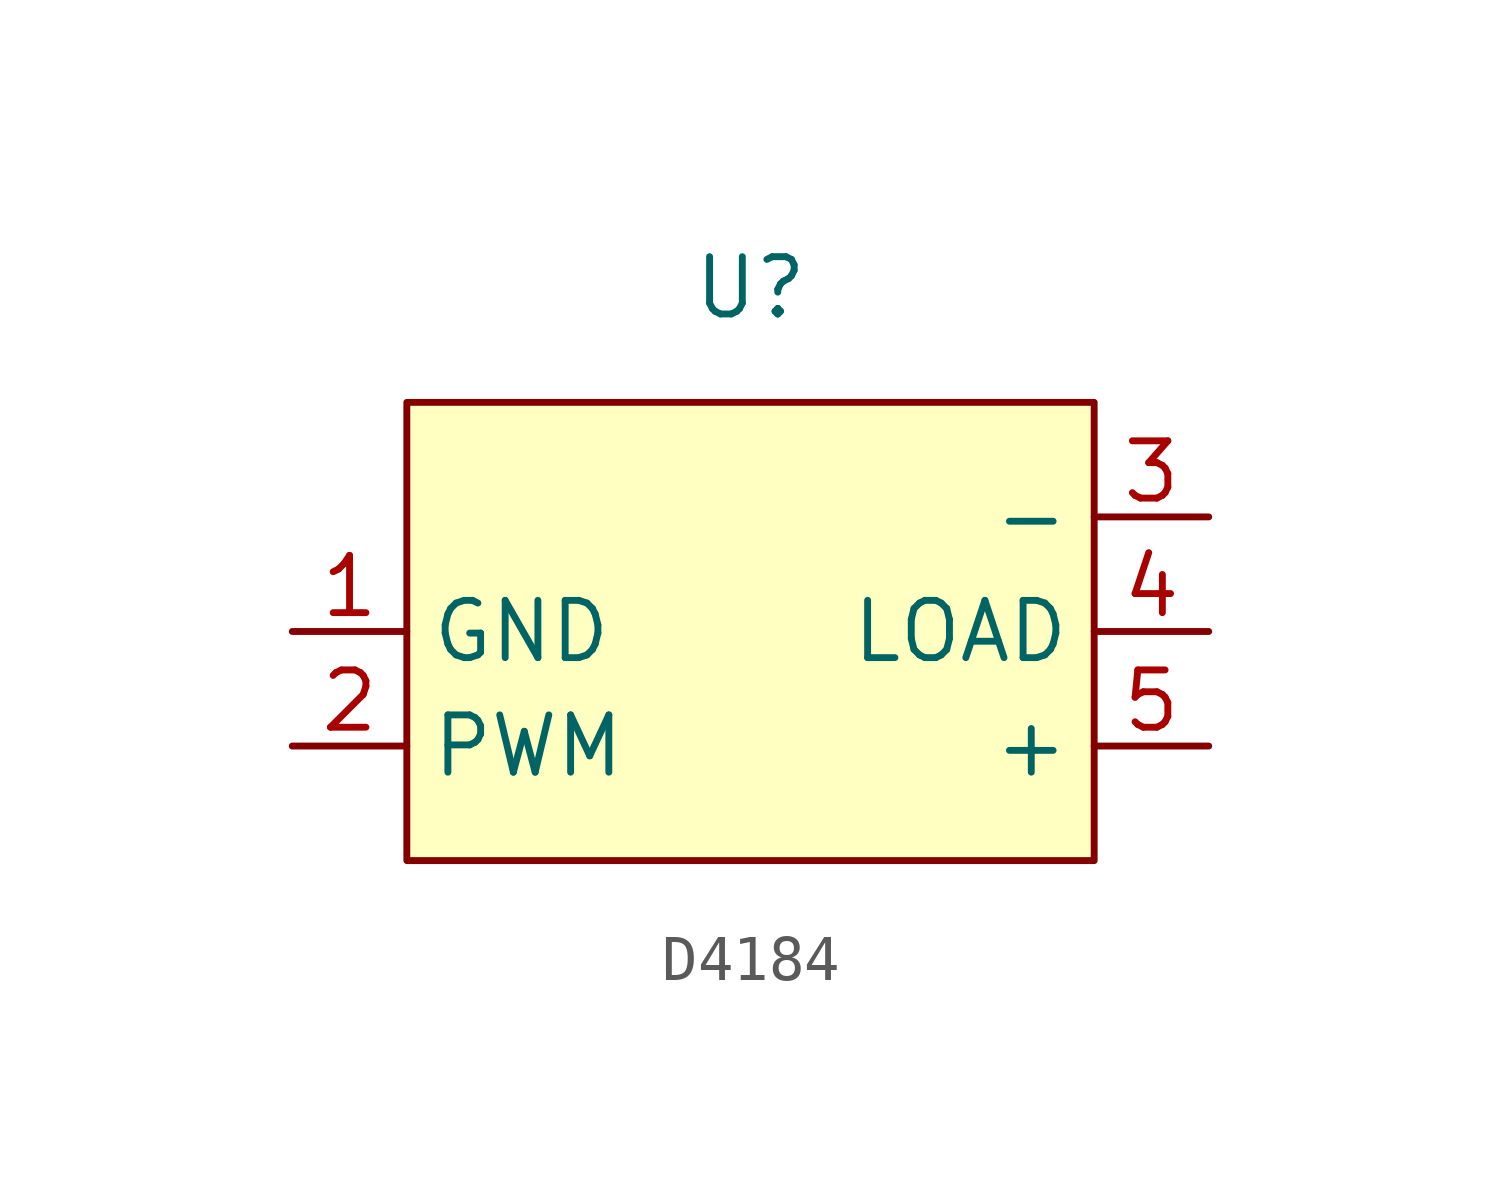
<source format=kicad_sym>
(kicad_symbol_lib
  (version 20241209)
  (generator "kicad_symbol_editor")
  (generator_version "9.0")
  (symbol "D4184"
    (property "Reference" "U"
      (at 0 0 0)
      (effects (font (size 1.27 1.27))))
    (property "Value" ""
      (at 0 0 0)
      (effects (font (size 1.27 1.27))))
    (symbol "D4184_1_1"
      (rectangle (start -7.62 -2.54) (end 7.62 -12.7) (stroke (width 0) (type default)) (fill (type background)))
      (pin power_in line (at -10.16 -7.62 0) (length 2.54) (name "GND" (effects (font (size 1.27 1.27)))) (number "1" (effects (font (size 1.27 1.27)))))
      (pin input line (at -10.16 -10.16 0) (length 2.54) (name "PWM" (effects (font (size 1.27 1.27)))) (number "2" (effects (font (size 1.27 1.27)))))
      (pin power_in line (at 10.16 -5.08 180) (length 2.54) (name "-" (effects (font (size 1.27 1.27)))) (number "3" (effects (font (size 1.27 1.27)))))
      (pin output line (at 10.16 -7.62 180) (length 2.54) (name "LOAD" (effects (font (size 1.27 1.27)))) (number "4" (effects (font (size 1.27 1.27)))))
      (pin output line (at 10.16 -10.16 180) (length 2.54) (name "+" (effects (font (size 1.27 1.27)))) (number "5" (effects (font (size 1.27 1.27))))))))
</source>
